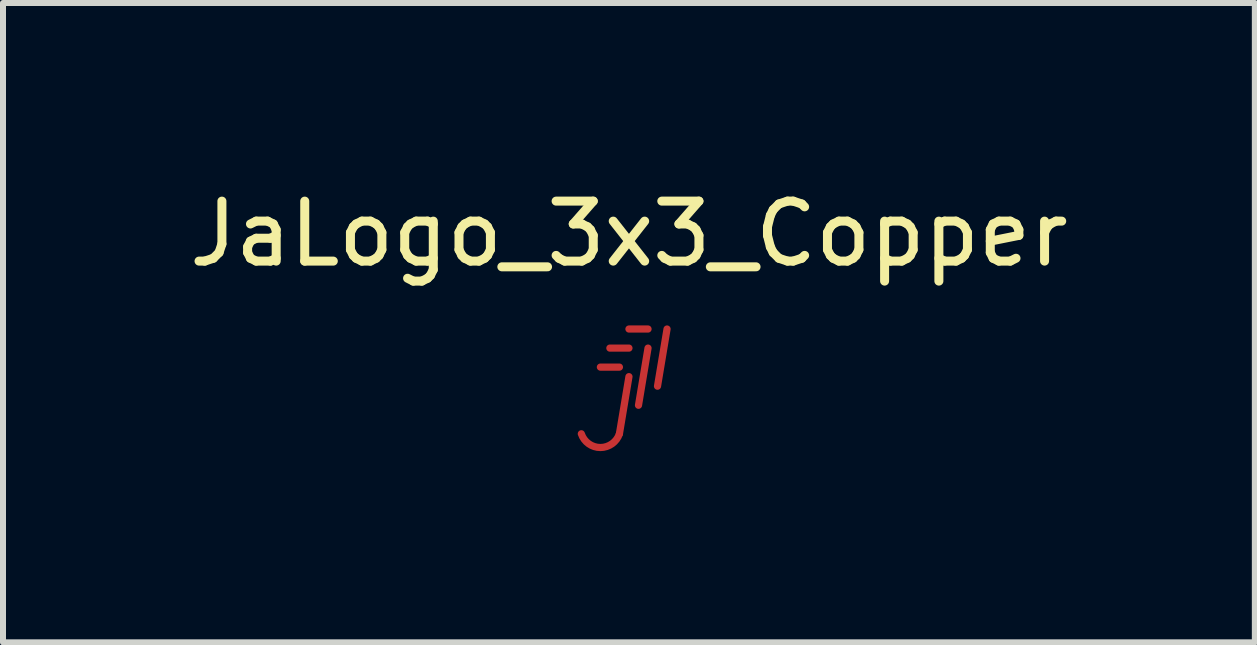
<source format=kicad_pcb>
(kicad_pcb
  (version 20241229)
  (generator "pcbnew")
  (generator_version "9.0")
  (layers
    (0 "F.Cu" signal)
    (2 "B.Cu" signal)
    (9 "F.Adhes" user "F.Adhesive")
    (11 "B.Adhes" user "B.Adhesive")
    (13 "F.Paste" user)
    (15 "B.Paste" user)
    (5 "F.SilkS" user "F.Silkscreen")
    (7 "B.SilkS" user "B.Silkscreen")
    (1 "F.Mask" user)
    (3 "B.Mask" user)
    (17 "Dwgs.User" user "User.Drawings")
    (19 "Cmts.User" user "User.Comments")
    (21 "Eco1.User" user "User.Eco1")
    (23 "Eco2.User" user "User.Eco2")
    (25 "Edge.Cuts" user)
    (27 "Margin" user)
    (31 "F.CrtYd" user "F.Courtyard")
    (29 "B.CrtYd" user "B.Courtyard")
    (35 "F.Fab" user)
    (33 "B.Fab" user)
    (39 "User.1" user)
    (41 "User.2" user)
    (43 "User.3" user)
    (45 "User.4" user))
  (footprint "JaLogo_3x3_Copper"
    (layer "F.Cu")
    (at 7.435 3.388)
    (property "Reference" "JaLogo_3x3_Copper" (at 0 -2.54 0) (unlocked yes) (layer "F.SilkS") (effects (font (size 1 1) (thickness 0.15))))
    (attr board_only exclude_from_pos_files exclude_from_bom)
    (fp_line (start -0.476 -0.318) (end -0.159 -0.318) (stroke (width 0.12) (type solid)) (layer "F.Cu"))
    (fp_line (start -0.159 0.794) (end 0 -0.159) (stroke (width 0.12) (type solid)) (layer "F.Cu"))
    (fp_line (start 0 -0.635) (end -0.318 -0.635) (stroke (width 0.12) (type solid)) (layer "F.Cu"))
    (fp_line (start 0.318 -0.953) (end 0 -0.953) (stroke (width 0.12) (type solid)) (layer "F.Cu"))
    (fp_line (start 0.318 -0.635) (end 0.159 0.318) (stroke (width 0.12) (type solid)) (layer "F.Cu"))
    (fp_line (start 0.476 0) (end 0.635 -0.953) (stroke (width 0.12) (type solid)) (layer "F.Cu"))
    (fp_arc (start -0.15875 0.79375) (mid -0.47625 1.022591) (end -0.79375 0.79375) (stroke (width 0.12) (type solid)) (layer "F.Cu"))
    (zone (net_name "") (layer "F.Cu") (name "test") (hatch none 0.508) (connect_pads) (min_thickness 0.254) (filled_areas_thickness no) (keepout (tracks allowed) (vias allowed) (pads allowed) (copperpour not_allowed) (footprints allowed)) (placement (enabled no)) (fill) (polygon (pts (xy 7.943 4.658) (xy 6.165 4.658) (xy 6.927 2.245) (xy 8.451 2.245)))))
  (gr_rect
    (start -3 -3)
    (end 17.869 7.658)
    (stroke (width 0.1) (type default))
    (fill no)
    (layer "Edge.Cuts")))
</source>
